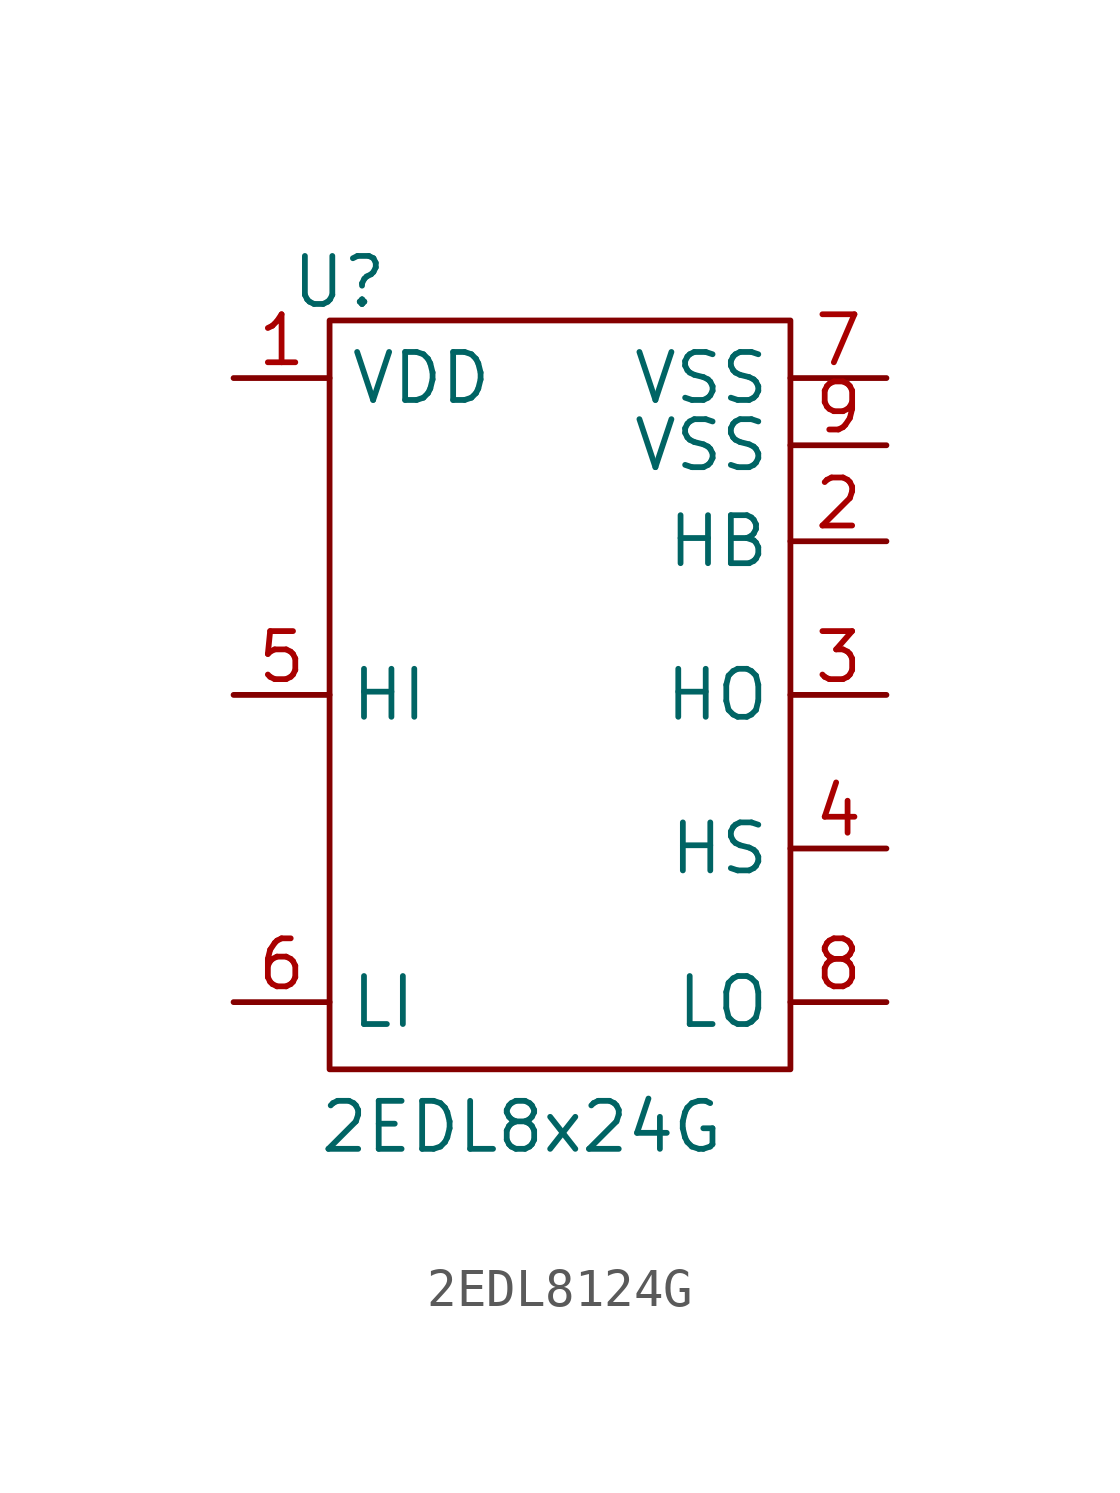
<source format=kicad_sym>
(kicad_symbol_lib
  (version 20220914)
  (generator kicad_symbol_editor)
  (symbol "2EDL8124G"
    (property "Reference" "U"
      (at -5.842 10.922 0)
      (effects (font (size 1.27 1.27))))
    (property "Value" "2EDL8x24G"
      (at -1.016 -11.43 0)
      (effects (font (size 1.27 1.27))))
    (symbol "2EDL8124G_0_1"
      (rectangle (start -6.096 9.906) (end 6.096 -9.906) (stroke (width 0) (type default)) (fill (type none))))
    (symbol "2EDL8124G_1_1"
      (pin power_in line (at -8.636 8.382 0) (length 2.54) (name "VDD" (effects (font (size 1.27 1.27)))) (number "1" (effects (font (size 1.27 1.27)))))
      (pin output line (at 8.636 4.064 180) (length 2.54) (name "HB" (effects (font (size 1.27 1.27)))) (number "2" (effects (font (size 1.27 1.27)))))
      (pin output line (at 8.636 0 180) (length 2.54) (name "HO" (effects (font (size 1.27 1.27)))) (number "3" (effects (font (size 1.27 1.27)))))
      (pin output line (at 8.636 -4.064 180) (length 2.54) (name "HS" (effects (font (size 1.27 1.27)))) (number "4" (effects (font (size 1.27 1.27)))))
      (pin input line (at -8.636 0 0) (length 2.54) (name "HI" (effects (font (size 1.27 1.27)))) (number "5" (effects (font (size 1.27 1.27)))))
      (pin input line (at -8.636 -8.128 0) (length 2.54) (name "LI" (effects (font (size 1.27 1.27)))) (number "6" (effects (font (size 1.27 1.27)))))
      (pin power_in line (at 8.636 8.382 180) (length 2.54) (name "VSS" (effects (font (size 1.27 1.27)))) (number "7" (effects (font (size 1.27 1.27)))))
      (pin output line (at 8.636 -8.128 180) (length 2.54) (name "LO" (effects (font (size 1.27 1.27)))) (number "8" (effects (font (size 1.27 1.27)))))
      (pin power_in line (at 8.636 6.604 180) (length 2.54) (name "VSS" (effects (font (size 1.27 1.27)))) (number "9" (effects (font (size 1.27 1.27))))))))
</source>
